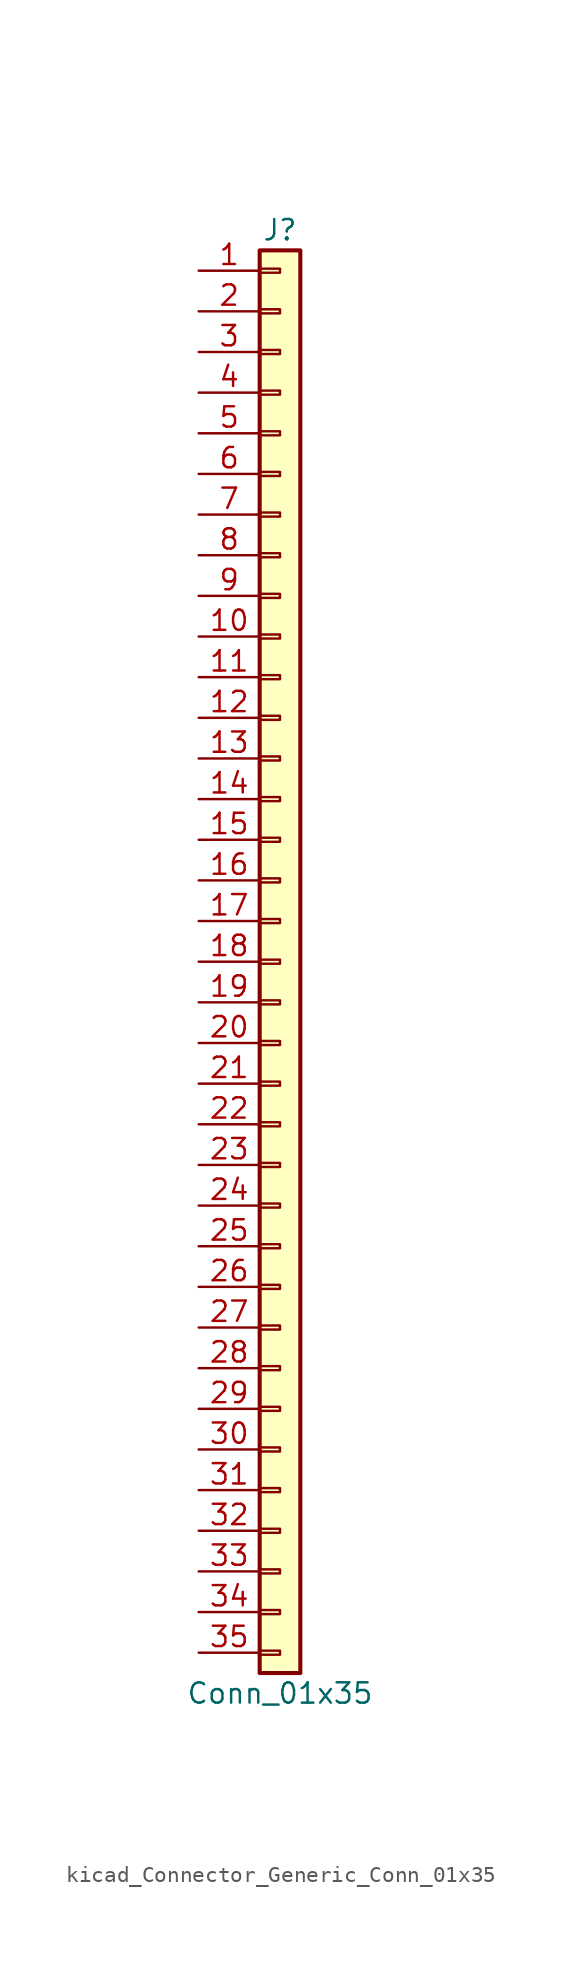
<source format=kicad_sym>
(kicad_symbol_lib
  (version 20220914)
  (generator kicad_symbol_editor)
  (symbol "kicad_Connector_Generic_Conn_01x35"
    (pin_names
      (offset 1.016) hide)
    (property "Reference" "J"
      (at 0 45.72 0)
      (effects (font (size 1.27 1.27))))
    (property "Value" "Conn_01x35"
      (at 0 -45.72 0)
      (effects (font (size 1.27 1.27))))
    (symbol "kicad_Connector_Generic_Conn_01x35_1_1"
      (rectangle (start -1.27 -43.053) (end 0 -43.307) (stroke (width 0.152) (type default)) (fill (type none)))
      (rectangle (start -1.27 -40.513) (end 0 -40.767) (stroke (width 0.152) (type default)) (fill (type none)))
      (rectangle (start -1.27 -37.973) (end 0 -38.227) (stroke (width 0.152) (type default)) (fill (type none)))
      (rectangle (start -1.27 -35.433) (end 0 -35.687) (stroke (width 0.152) (type default)) (fill (type none)))
      (rectangle (start -1.27 -32.893) (end 0 -33.147) (stroke (width 0.152) (type default)) (fill (type none)))
      (rectangle (start -1.27 -30.353) (end 0 -30.607) (stroke (width 0.152) (type default)) (fill (type none)))
      (rectangle (start -1.27 -27.813) (end 0 -28.067) (stroke (width 0.152) (type default)) (fill (type none)))
      (rectangle (start -1.27 -25.273) (end 0 -25.527) (stroke (width 0.152) (type default)) (fill (type none)))
      (rectangle (start -1.27 -22.733) (end 0 -22.987) (stroke (width 0.152) (type default)) (fill (type none)))
      (rectangle (start -1.27 -20.193) (end 0 -20.447) (stroke (width 0.152) (type default)) (fill (type none)))
      (rectangle (start -1.27 -17.653) (end 0 -17.907) (stroke (width 0.152) (type default)) (fill (type none)))
      (rectangle (start -1.27 -15.113) (end 0 -15.367) (stroke (width 0.152) (type default)) (fill (type none)))
      (rectangle (start -1.27 -12.573) (end 0 -12.827) (stroke (width 0.152) (type default)) (fill (type none)))
      (rectangle (start -1.27 -10.033) (end 0 -10.287) (stroke (width 0.152) (type default)) (fill (type none)))
      (rectangle (start -1.27 -7.493) (end 0 -7.747) (stroke (width 0.152) (type default)) (fill (type none)))
      (rectangle (start -1.27 -4.953) (end 0 -5.207) (stroke (width 0.152) (type default)) (fill (type none)))
      (rectangle (start -1.27 -2.413) (end 0 -2.667) (stroke (width 0.152) (type default)) (fill (type none)))
      (rectangle (start -1.27 0.127) (end 0 -0.127) (stroke (width 0.152) (type default)) (fill (type none)))
      (rectangle (start -1.27 2.667) (end 0 2.413) (stroke (width 0.152) (type default)) (fill (type none)))
      (rectangle (start -1.27 5.207) (end 0 4.953) (stroke (width 0.152) (type default)) (fill (type none)))
      (rectangle (start -1.27 7.747) (end 0 7.493) (stroke (width 0.152) (type default)) (fill (type none)))
      (rectangle (start -1.27 10.287) (end 0 10.033) (stroke (width 0.152) (type default)) (fill (type none)))
      (rectangle (start -1.27 12.827) (end 0 12.573) (stroke (width 0.152) (type default)) (fill (type none)))
      (rectangle (start -1.27 15.367) (end 0 15.113) (stroke (width 0.152) (type default)) (fill (type none)))
      (rectangle (start -1.27 17.907) (end 0 17.653) (stroke (width 0.152) (type default)) (fill (type none)))
      (rectangle (start -1.27 20.447) (end 0 20.193) (stroke (width 0.152) (type default)) (fill (type none)))
      (rectangle (start -1.27 22.987) (end 0 22.733) (stroke (width 0.152) (type default)) (fill (type none)))
      (rectangle (start -1.27 25.527) (end 0 25.273) (stroke (width 0.152) (type default)) (fill (type none)))
      (rectangle (start -1.27 28.067) (end 0 27.813) (stroke (width 0.152) (type default)) (fill (type none)))
      (rectangle (start -1.27 30.607) (end 0 30.353) (stroke (width 0.152) (type default)) (fill (type none)))
      (rectangle (start -1.27 33.147) (end 0 32.893) (stroke (width 0.152) (type default)) (fill (type none)))
      (rectangle (start -1.27 35.687) (end 0 35.433) (stroke (width 0.152) (type default)) (fill (type none)))
      (rectangle (start -1.27 38.227) (end 0 37.973) (stroke (width 0.152) (type default)) (fill (type none)))
      (rectangle (start -1.27 40.767) (end 0 40.513) (stroke (width 0.152) (type default)) (fill (type none)))
      (rectangle (start -1.27 43.307) (end 0 43.053) (stroke (width 0.152) (type default)) (fill (type none)))
      (rectangle (start -1.27 44.45) (end 1.27 -44.45) (stroke (width 0.254) (type default)) (fill (type background)))
      (pin passive line (at -5.08 43.18 0) (length 3.81) (name "Pin_1" (effects (font (size 1.27 1.27)))) (number "1" (effects (font (size 1.27 1.27)))))
      (pin passive line (at -5.08 20.32 0) (length 3.81) (name "Pin_10" (effects (font (size 1.27 1.27)))) (number "10" (effects (font (size 1.27 1.27)))))
      (pin passive line (at -5.08 17.78 0) (length 3.81) (name "Pin_11" (effects (font (size 1.27 1.27)))) (number "11" (effects (font (size 1.27 1.27)))))
      (pin passive line (at -5.08 15.24 0) (length 3.81) (name "Pin_12" (effects (font (size 1.27 1.27)))) (number "12" (effects (font (size 1.27 1.27)))))
      (pin passive line (at -5.08 12.7 0) (length 3.81) (name "Pin_13" (effects (font (size 1.27 1.27)))) (number "13" (effects (font (size 1.27 1.27)))))
      (pin passive line (at -5.08 10.16 0) (length 3.81) (name "Pin_14" (effects (font (size 1.27 1.27)))) (number "14" (effects (font (size 1.27 1.27)))))
      (pin passive line (at -5.08 7.62 0) (length 3.81) (name "Pin_15" (effects (font (size 1.27 1.27)))) (number "15" (effects (font (size 1.27 1.27)))))
      (pin passive line (at -5.08 5.08 0) (length 3.81) (name "Pin_16" (effects (font (size 1.27 1.27)))) (number "16" (effects (font (size 1.27 1.27)))))
      (pin passive line (at -5.08 2.54 0) (length 3.81) (name "Pin_17" (effects (font (size 1.27 1.27)))) (number "17" (effects (font (size 1.27 1.27)))))
      (pin passive line (at -5.08 0 0) (length 3.81) (name "Pin_18" (effects (font (size 1.27 1.27)))) (number "18" (effects (font (size 1.27 1.27)))))
      (pin passive line (at -5.08 -2.54 0) (length 3.81) (name "Pin_19" (effects (font (size 1.27 1.27)))) (number "19" (effects (font (size 1.27 1.27)))))
      (pin passive line (at -5.08 40.64 0) (length 3.81) (name "Pin_2" (effects (font (size 1.27 1.27)))) (number "2" (effects (font (size 1.27 1.27)))))
      (pin passive line (at -5.08 -5.08 0) (length 3.81) (name "Pin_20" (effects (font (size 1.27 1.27)))) (number "20" (effects (font (size 1.27 1.27)))))
      (pin passive line (at -5.08 -7.62 0) (length 3.81) (name "Pin_21" (effects (font (size 1.27 1.27)))) (number "21" (effects (font (size 1.27 1.27)))))
      (pin passive line (at -5.08 -10.16 0) (length 3.81) (name "Pin_22" (effects (font (size 1.27 1.27)))) (number "22" (effects (font (size 1.27 1.27)))))
      (pin passive line (at -5.08 -12.7 0) (length 3.81) (name "Pin_23" (effects (font (size 1.27 1.27)))) (number "23" (effects (font (size 1.27 1.27)))))
      (pin passive line (at -5.08 -15.24 0) (length 3.81) (name "Pin_24" (effects (font (size 1.27 1.27)))) (number "24" (effects (font (size 1.27 1.27)))))
      (pin passive line (at -5.08 -17.78 0) (length 3.81) (name "Pin_25" (effects (font (size 1.27 1.27)))) (number "25" (effects (font (size 1.27 1.27)))))
      (pin passive line (at -5.08 -20.32 0) (length 3.81) (name "Pin_26" (effects (font (size 1.27 1.27)))) (number "26" (effects (font (size 1.27 1.27)))))
      (pin passive line (at -5.08 -22.86 0) (length 3.81) (name "Pin_27" (effects (font (size 1.27 1.27)))) (number "27" (effects (font (size 1.27 1.27)))))
      (pin passive line (at -5.08 -25.4 0) (length 3.81) (name "Pin_28" (effects (font (size 1.27 1.27)))) (number "28" (effects (font (size 1.27 1.27)))))
      (pin passive line (at -5.08 -27.94 0) (length 3.81) (name "Pin_29" (effects (font (size 1.27 1.27)))) (number "29" (effects (font (size 1.27 1.27)))))
      (pin passive line (at -5.08 38.1 0) (length 3.81) (name "Pin_3" (effects (font (size 1.27 1.27)))) (number "3" (effects (font (size 1.27 1.27)))))
      (pin passive line (at -5.08 -30.48 0) (length 3.81) (name "Pin_30" (effects (font (size 1.27 1.27)))) (number "30" (effects (font (size 1.27 1.27)))))
      (pin passive line (at -5.08 -33.02 0) (length 3.81) (name "Pin_31" (effects (font (size 1.27 1.27)))) (number "31" (effects (font (size 1.27 1.27)))))
      (pin passive line (at -5.08 -35.56 0) (length 3.81) (name "Pin_32" (effects (font (size 1.27 1.27)))) (number "32" (effects (font (size 1.27 1.27)))))
      (pin passive line (at -5.08 -38.1 0) (length 3.81) (name "Pin_33" (effects (font (size 1.27 1.27)))) (number "33" (effects (font (size 1.27 1.27)))))
      (pin passive line (at -5.08 -40.64 0) (length 3.81) (name "Pin_34" (effects (font (size 1.27 1.27)))) (number "34" (effects (font (size 1.27 1.27)))))
      (pin passive line (at -5.08 -43.18 0) (length 3.81) (name "Pin_35" (effects (font (size 1.27 1.27)))) (number "35" (effects (font (size 1.27 1.27)))))
      (pin passive line (at -5.08 35.56 0) (length 3.81) (name "Pin_4" (effects (font (size 1.27 1.27)))) (number "4" (effects (font (size 1.27 1.27)))))
      (pin passive line (at -5.08 33.02 0) (length 3.81) (name "Pin_5" (effects (font (size 1.27 1.27)))) (number "5" (effects (font (size 1.27 1.27)))))
      (pin passive line (at -5.08 30.48 0) (length 3.81) (name "Pin_6" (effects (font (size 1.27 1.27)))) (number "6" (effects (font (size 1.27 1.27)))))
      (pin passive line (at -5.08 27.94 0) (length 3.81) (name "Pin_7" (effects (font (size 1.27 1.27)))) (number "7" (effects (font (size 1.27 1.27)))))
      (pin passive line (at -5.08 25.4 0) (length 3.81) (name "Pin_8" (effects (font (size 1.27 1.27)))) (number "8" (effects (font (size 1.27 1.27)))))
      (pin passive line (at -5.08 22.86 0) (length 3.81) (name "Pin_9" (effects (font (size 1.27 1.27)))) (number "9" (effects (font (size 1.27 1.27))))))))
</source>
